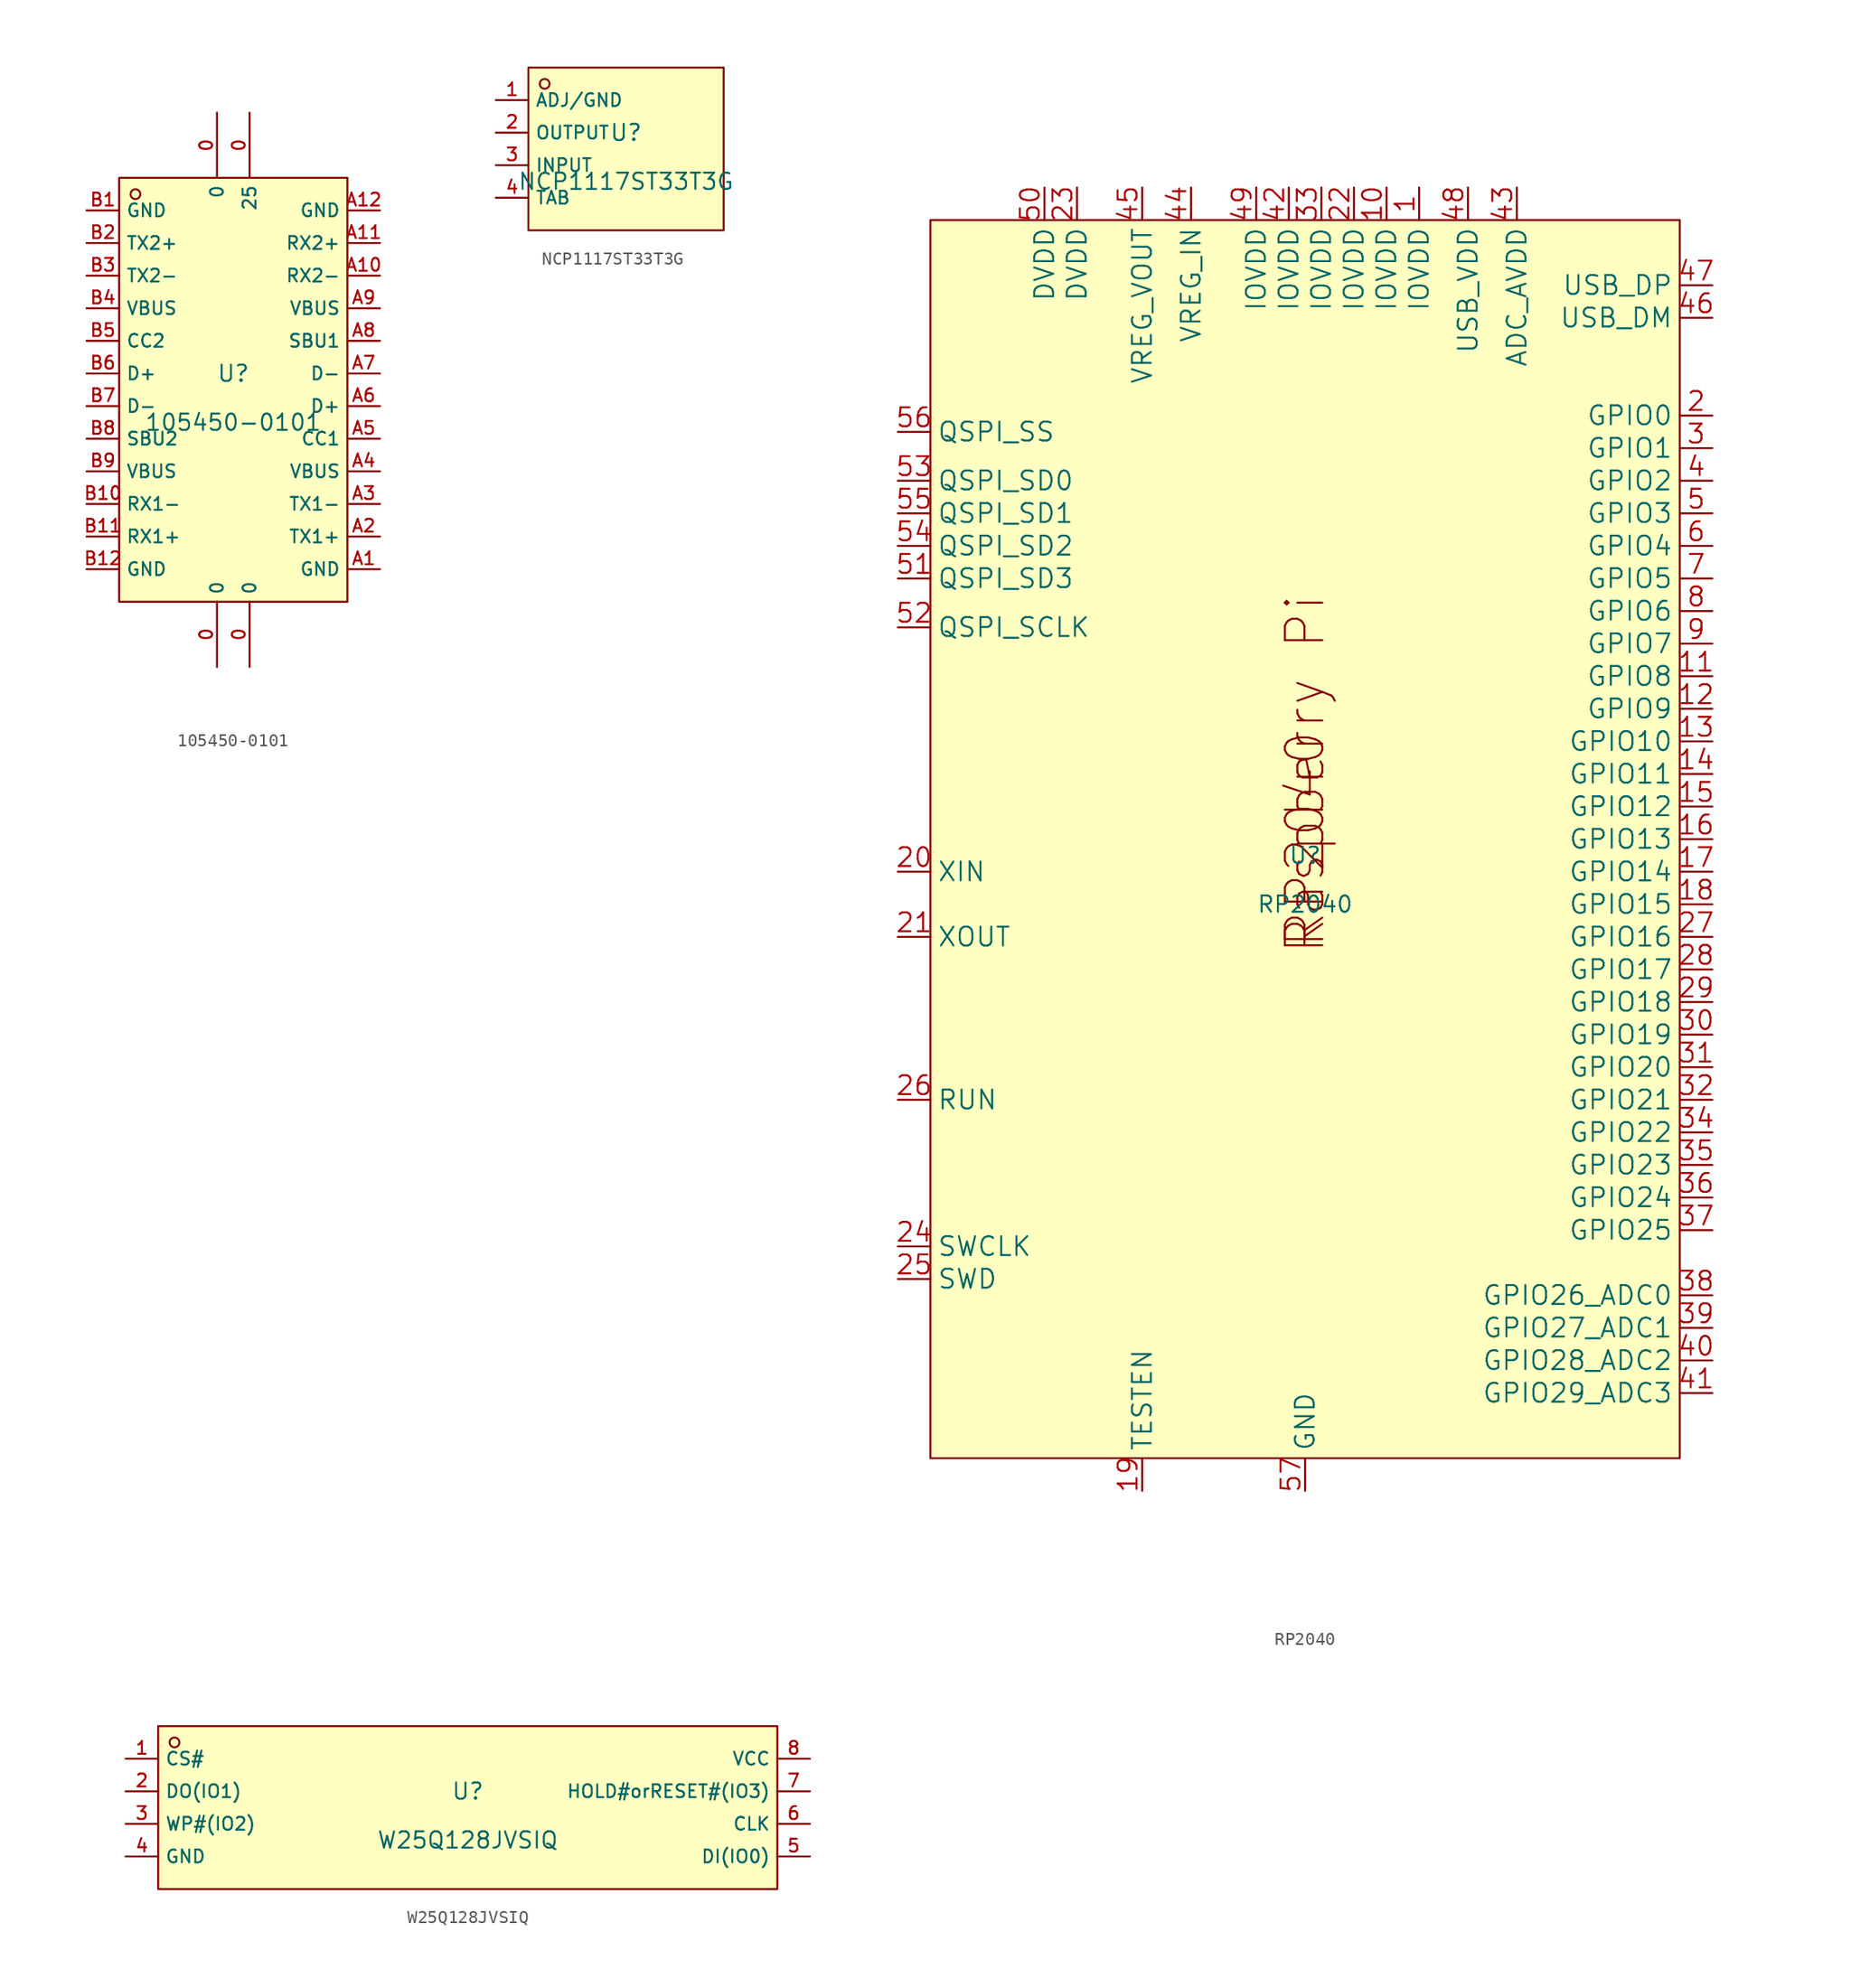
<source format=kicad_sym>
(kicad_symbol_lib
  (version 20210201)
  (generator TousstNicolas/JLC2KiCad_lib)
  (symbol "105450-0101"
    (property "Reference" "U"
      (at 0 1.27 0)
      (effects (font (size 1.27 1.27))))
    (property "Value" "105450-0101"
      (at 0 -2.54 0)
      (effects (font (size 1.27 1.27))))
    (symbol "105450-0101_0_1"
      (rectangle (start -8.89 16.51) (end 8.89 -16.51) (stroke (width 0) (type default) (color 0 0 0 0)) (fill (type background)))
      (circle (center -7.62 15.24) (radius 0.381) (stroke (width 0) (type default) (color 0 0 0 0)) (fill (type background)))
      (pin unspecified line (at -11.43 13.97 0) (length 2.54) (name "GND" (effects (font (size 1 1)))) (number "B1" (effects (font (size 1 1)))))
      (pin unspecified line (at -11.43 11.43 0) (length 2.54) (name "TX2+" (effects (font (size 1 1)))) (number "B2" (effects (font (size 1 1)))))
      (pin unspecified line (at -11.43 8.89 0) (length 2.54) (name "TX2-" (effects (font (size 1 1)))) (number "B3" (effects (font (size 1 1)))))
      (pin unspecified line (at -11.43 6.35 0) (length 2.54) (name "VBUS" (effects (font (size 1 1)))) (number "B4" (effects (font (size 1 1)))))
      (pin unspecified line (at -11.43 3.81 0) (length 2.54) (name "CC2" (effects (font (size 1 1)))) (number "B5" (effects (font (size 1 1)))))
      (pin unspecified line (at -11.43 1.27 0) (length 2.54) (name "D+" (effects (font (size 1 1)))) (number "B6" (effects (font (size 1 1)))))
      (pin unspecified line (at -11.43 -1.27 0) (length 2.54) (name "D-" (effects (font (size 1 1)))) (number "B7" (effects (font (size 1 1)))))
      (pin unspecified line (at -11.43 -3.81 0) (length 2.54) (name "SBU2" (effects (font (size 1 1)))) (number "B8" (effects (font (size 1 1)))))
      (pin unspecified line (at -11.43 -6.35 0) (length 2.54) (name "VBUS" (effects (font (size 1 1)))) (number "B9" (effects (font (size 1 1)))))
      (pin unspecified line (at -11.43 -8.89 0) (length 2.54) (name "RX1-" (effects (font (size 1 1)))) (number "B10" (effects (font (size 1 1)))))
      (pin unspecified line (at -11.43 -11.43 0) (length 2.54) (name "RX1+" (effects (font (size 1 1)))) (number "B11" (effects (font (size 1 1)))))
      (pin unspecified line (at -11.43 -13.97 0) (length 2.54) (name "GND" (effects (font (size 1 1)))) (number "B12" (effects (font (size 1 1)))))
      (pin unspecified line (at -1.27 21.59 270) (length 5.08) (name "0" (effects (font (size 1 1)))) (number "0" (effects (font (size 1 1)))))
      (pin unspecified line (at 1.27 21.59 270) (length 5.08) (name "25" (effects (font (size 1 1)))) (number "0" (effects (font (size 1 1)))))
      (pin unspecified line (at -1.27 -21.59 90) (length 5.08) (name "0" (effects (font (size 1 1)))) (number "0" (effects (font (size 1 1)))))
      (pin unspecified line (at 1.27 -21.59 90) (length 5.08) (name "0" (effects (font (size 1 1)))) (number "0" (effects (font (size 1 1)))))
      (pin unspecified line (at 11.43 -13.97 180) (length 2.54) (name "GND" (effects (font (size 1 1)))) (number "A1" (effects (font (size 1 1)))))
      (pin unspecified line (at 11.43 -11.43 180) (length 2.54) (name "TX1+" (effects (font (size 1 1)))) (number "A2" (effects (font (size 1 1)))))
      (pin unspecified line (at 11.43 -8.89 180) (length 2.54) (name "TX1-" (effects (font (size 1 1)))) (number "A3" (effects (font (size 1 1)))))
      (pin unspecified line (at 11.43 -6.35 180) (length 2.54) (name "VBUS" (effects (font (size 1 1)))) (number "A4" (effects (font (size 1 1)))))
      (pin unspecified line (at 11.43 -3.81 180) (length 2.54) (name "CC1" (effects (font (size 1 1)))) (number "A5" (effects (font (size 1 1)))))
      (pin unspecified line (at 11.43 -1.27 180) (length 2.54) (name "D+" (effects (font (size 1 1)))) (number "A6" (effects (font (size 1 1)))))
      (pin unspecified line (at 11.43 1.27 180) (length 2.54) (name "D-" (effects (font (size 1 1)))) (number "A7" (effects (font (size 1 1)))))
      (pin unspecified line (at 11.43 3.81 180) (length 2.54) (name "SBU1" (effects (font (size 1 1)))) (number "A8" (effects (font (size 1 1)))))
      (pin unspecified line (at 11.43 6.35 180) (length 2.54) (name "VBUS" (effects (font (size 1 1)))) (number "A9" (effects (font (size 1 1)))))
      (pin unspecified line (at 11.43 8.89 180) (length 2.54) (name "RX2-" (effects (font (size 1 1)))) (number "A10" (effects (font (size 1 1)))))
      (pin unspecified line (at 11.43 11.43 180) (length 2.54) (name "RX2+" (effects (font (size 1 1)))) (number "A11" (effects (font (size 1 1)))))
      (pin unspecified line (at 11.43 13.97 180) (length 2.54) (name "GND" (effects (font (size 1 1)))) (number "A12" (effects (font (size 1 1)))))))
  (symbol "NCP1117ST33T3G"
    (property "Reference" "U"
      (at 0 1.27 0)
      (effects (font (size 1.27 1.27))))
    (property "Value" "NCP1117ST33T3G"
      (at 0 -2.54 0)
      (effects (font (size 1.27 1.27))))
    (symbol "NCP1117ST33T3G_0_1"
      (rectangle (start -7.62 6.35) (end 7.62 -6.35) (stroke (width 0) (type default) (color 0 0 0 0)) (fill (type background)))
      (circle (center -6.35 5.08) (radius 0.381) (stroke (width 0) (type default) (color 0 0 0 0)) (fill (type background)))
      (pin unspecified line (at -10.16 3.81 0) (length 2.54) (name "ADJ/GND" (effects (font (size 1 1)))) (number "1" (effects (font (size 1 1)))))
      (pin unspecified line (at -10.16 1.27 0) (length 2.54) (name "OUTPUT" (effects (font (size 1 1)))) (number "2" (effects (font (size 1 1)))))
      (pin unspecified line (at -10.16 -1.27 0) (length 2.54) (name "INPUT" (effects (font (size 1 1)))) (number "3" (effects (font (size 1 1)))))
      (pin unspecified line (at -10.16 -3.81 0) (length 2.54) (name "TAB" (effects (font (size 1 1)))) (number "4" (effects (font (size 1 1)))))))
  (symbol "RP2040"
    (property "Reference" "U"
      (at 0 1.27 0)
      (effects (font (size 1.27 1.27))))
    (property "Value" "RP2040"
      (at 0 -2.54 0)
      (effects (font (size 1.27 1.27))))
    (symbol "RP2040_0_1"
      (pin bidirectional line (at 31.75 17.78 180) (length 2.54) (name "GPIO7" (effects (font (size 1.473 1.473)))) (number "9" (effects (font (size 1.473 1.473)))))
      (pin bidirectional line (at 31.75 20.32 180) (length 2.54) (name "GPIO6" (effects (font (size 1.473 1.473)))) (number "8" (effects (font (size 1.473 1.473)))))
      (pin bidirectional line (at 31.75 22.86 180) (length 2.54) (name "GPIO5" (effects (font (size 1.473 1.473)))) (number "7" (effects (font (size 1.473 1.473)))))
      (pin bidirectional line (at 31.75 25.4 180) (length 2.54) (name "GPIO4" (effects (font (size 1.473 1.473)))) (number "6" (effects (font (size 1.473 1.473)))))
      (pin bidirectional line (at 0.0 -48.26 90) (length 2.54) (name "GND" (effects (font (size 1.473 1.473)))) (number "57" (effects (font (size 1.473 1.473)))))
      (pin bidirectional line (at -31.75 34.29 0) (length 2.54) (name "QSPI_SS" (effects (font (size 1.473 1.473)))) (number "56" (effects (font (size 1.473 1.473)))))
      (pin bidirectional line (at -31.75 27.94 0) (length 2.54) (name "QSPI_SD1" (effects (font (size 1.473 1.473)))) (number "55" (effects (font (size 1.473 1.473)))))
      (pin bidirectional line (at -31.75 25.4 0) (length 2.54) (name "QSPI_SD2" (effects (font (size 1.473 1.473)))) (number "54" (effects (font (size 1.473 1.473)))))
      (pin bidirectional line (at -31.75 30.48 0) (length 2.54) (name "QSPI_SD0" (effects (font (size 1.473 1.473)))) (number "53" (effects (font (size 1.473 1.473)))))
      (pin output line (at -31.75 19.05 0) (length 2.54) (name "QSPI_SCLK" (effects (font (size 1.473 1.473)))) (number "52" (effects (font (size 1.473 1.473)))))
      (pin bidirectional line (at -31.75 22.86 0) (length 2.54) (name "QSPI_SD3" (effects (font (size 1.473 1.473)))) (number "51" (effects (font (size 1.473 1.473)))))
      (pin bidirectional line (at -20.32 53.34 270) (length 2.54) (name "DVDD" (effects (font (size 1.473 1.473)))) (number "50" (effects (font (size 1.473 1.473)))))
      (pin bidirectional line (at 31.75 27.94 180) (length 2.54) (name "GPIO3" (effects (font (size 1.473 1.473)))) (number "5" (effects (font (size 1.473 1.473)))))
      (pin bidirectional line (at -3.81 53.34 270) (length 2.54) (name "IOVDD" (effects (font (size 1.473 1.473)))) (number "49" (effects (font (size 1.473 1.473)))))
      (pin bidirectional line (at 12.7 53.34 270) (length 2.54) (name "USB_VDD" (effects (font (size 1.473 1.473)))) (number "48" (effects (font (size 1.473 1.473)))))
      (pin bidirectional line (at 31.75 45.72 180) (length 2.54) (name "USB_DP" (effects (font (size 1.473 1.473)))) (number "47" (effects (font (size 1.473 1.473)))))
      (pin bidirectional line (at 31.75 43.18 180) (length 2.54) (name "USB_DM" (effects (font (size 1.473 1.473)))) (number "46" (effects (font (size 1.473 1.473)))))
      (pin bidirectional line (at -12.7 53.34 270) (length 2.54) (name "VREG_VOUT" (effects (font (size 1.473 1.473)))) (number "45" (effects (font (size 1.473 1.473)))))
      (pin bidirectional line (at -8.89 53.34 270) (length 2.54) (name "VREG_IN" (effects (font (size 1.473 1.473)))) (number "44" (effects (font (size 1.473 1.473)))))
      (pin bidirectional line (at 16.51 53.34 270) (length 2.54) (name "ADC_AVDD" (effects (font (size 1.473 1.473)))) (number "43" (effects (font (size 1.473 1.473)))))
      (pin bidirectional line (at -1.27 53.34 270) (length 2.54) (name "IOVDD" (effects (font (size 1.473 1.473)))) (number "42" (effects (font (size 1.473 1.473)))))
      (pin bidirectional line (at 31.75 -40.64 180) (length 2.54) (name "GPIO29_ADC3" (effects (font (size 1.473 1.473)))) (number "41" (effects (font (size 1.473 1.473)))))
      (pin bidirectional line (at 31.75 -38.1 180) (length 2.54) (name "GPIO28_ADC2" (effects (font (size 1.473 1.473)))) (number "40" (effects (font (size 1.473 1.473)))))
      (pin bidirectional line (at 31.75 30.48 180) (length 2.54) (name "GPIO2" (effects (font (size 1.473 1.473)))) (number "4" (effects (font (size 1.473 1.473)))))
      (pin bidirectional line (at 31.75 -35.56 180) (length 2.54) (name "GPIO27_ADC1" (effects (font (size 1.473 1.473)))) (number "39" (effects (font (size 1.473 1.473)))))
      (pin bidirectional line (at 31.75 -33.02 180) (length 2.54) (name "GPIO26_ADC0" (effects (font (size 1.473 1.473)))) (number "38" (effects (font (size 1.473 1.473)))))
      (pin bidirectional line (at 31.75 -27.94 180) (length 2.54) (name "GPIO25" (effects (font (size 1.473 1.473)))) (number "37" (effects (font (size 1.473 1.473)))))
      (pin bidirectional line (at 31.75 -25.4 180) (length 2.54) (name "GPIO24" (effects (font (size 1.473 1.473)))) (number "36" (effects (font (size 1.473 1.473)))))
      (pin bidirectional line (at 31.75 -22.86 180) (length 2.54) (name "GPIO23" (effects (font (size 1.473 1.473)))) (number "35" (effects (font (size 1.473 1.473)))))
      (pin bidirectional line (at 31.75 -20.32 180) (length 2.54) (name "GPIO22" (effects (font (size 1.473 1.473)))) (number "34" (effects (font (size 1.473 1.473)))))
      (pin bidirectional line (at 1.27 53.34 270) (length 2.54) (name "IOVDD" (effects (font (size 1.473 1.473)))) (number "33" (effects (font (size 1.473 1.473)))))
      (pin bidirectional line (at 31.75 -17.78 180) (length 2.54) (name "GPIO21" (effects (font (size 1.473 1.473)))) (number "32" (effects (font (size 1.473 1.473)))))
      (pin bidirectional line (at 31.75 -15.24 180) (length 2.54) (name "GPIO20" (effects (font (size 1.473 1.473)))) (number "31" (effects (font (size 1.473 1.473)))))
      (pin bidirectional line (at 31.75 -12.7 180) (length 2.54) (name "GPIO19" (effects (font (size 1.473 1.473)))) (number "30" (effects (font (size 1.473 1.473)))))
      (pin bidirectional line (at 31.75 33.02 180) (length 2.54) (name "GPIO1" (effects (font (size 1.473 1.473)))) (number "3" (effects (font (size 1.473 1.473)))))
      (pin bidirectional line (at 31.75 -10.16 180) (length 2.54) (name "GPIO18" (effects (font (size 1.473 1.473)))) (number "29" (effects (font (size 1.473 1.473)))))
      (pin bidirectional line (at 31.75 -7.62 180) (length 2.54) (name "GPIO17" (effects (font (size 1.473 1.473)))) (number "28" (effects (font (size 1.473 1.473)))))
      (pin bidirectional line (at 31.75 -5.08 180) (length 2.54) (name "GPIO16" (effects (font (size 1.473 1.473)))) (number "27" (effects (font (size 1.473 1.473)))))
      (pin input line (at -31.75 -17.78 0) (length 2.54) (name "RUN" (effects (font (size 1.473 1.473)))) (number "26" (effects (font (size 1.473 1.473)))))
      (pin bidirectional line (at -31.75 -31.75 0) (length 2.54) (name "SWD" (effects (font (size 1.473 1.473)))) (number "25" (effects (font (size 1.473 1.473)))))
      (pin output line (at -31.75 -29.21 0) (length 2.54) (name "SWCLK" (effects (font (size 1.473 1.473)))) (number "24" (effects (font (size 1.473 1.473)))))
      (pin bidirectional line (at -17.78 53.34 270) (length 2.54) (name "DVDD" (effects (font (size 1.473 1.473)))) (number "23" (effects (font (size 1.473 1.473)))))
      (pin bidirectional line (at 3.81 53.34 270) (length 2.54) (name "IOVDD" (effects (font (size 1.473 1.473)))) (number "22" (effects (font (size 1.473 1.473)))))
      (pin unspecified line (at -31.75 -5.08 0) (length 2.54) (name "XOUT" (effects (font (size 1.473 1.473)))) (number "21" (effects (font (size 1.473 1.473)))))
      (pin input line (at -31.75 -0.0 0) (length 2.54) (name "XIN" (effects (font (size 1.473 1.473)))) (number "20" (effects (font (size 1.473 1.473)))))
      (pin bidirectional line (at 31.75 35.56 180) (length 2.54) (name "GPIO0" (effects (font (size 1.473 1.473)))) (number "2" (effects (font (size 1.473 1.473)))))
      (pin unspecified line (at -12.7 -48.26 90) (length 2.54) (name "TESTEN" (effects (font (size 1.473 1.473)))) (number "19" (effects (font (size 1.473 1.473)))))
      (pin bidirectional line (at 31.75 -2.54 180) (length 2.54) (name "GPIO15" (effects (font (size 1.473 1.473)))) (number "18" (effects (font (size 1.473 1.473)))))
      (pin bidirectional line (at 31.75 -0.0 180) (length 2.54) (name "GPIO14" (effects (font (size 1.473 1.473)))) (number "17" (effects (font (size 1.473 1.473)))))
      (pin bidirectional line (at 31.75 2.54 180) (length 2.54) (name "GPIO13" (effects (font (size 1.473 1.473)))) (number "16" (effects (font (size 1.473 1.473)))))
      (pin bidirectional line (at 31.75 5.08 180) (length 2.54) (name "GPIO12" (effects (font (size 1.473 1.473)))) (number "15" (effects (font (size 1.473 1.473)))))
      (pin bidirectional line (at 31.75 7.62 180) (length 2.54) (name "GPIO11" (effects (font (size 1.473 1.473)))) (number "14" (effects (font (size 1.473 1.473)))))
      (pin bidirectional line (at 31.75 10.16 180) (length 2.54) (name "GPIO10" (effects (font (size 1.473 1.473)))) (number "13" (effects (font (size 1.473 1.473)))))
      (pin bidirectional line (at 31.75 12.7 180) (length 2.54) (name "GPIO9" (effects (font (size 1.473 1.473)))) (number "12" (effects (font (size 1.473 1.473)))))
      (pin bidirectional line (at 31.75 15.24 180) (length 2.54) (name "GPIO8" (effects (font (size 1.473 1.473)))) (number "11" (effects (font (size 1.473 1.473)))))
      (pin bidirectional line (at 6.35 53.34 270) (length 2.54) (name "IOVDD" (effects (font (size 1.473 1.473)))) (number "10" (effects (font (size 1.473 1.473)))))
      (pin bidirectional line (at 8.89 53.34 270) (length 2.54) (name "IOVDD" (effects (font (size 1.473 1.473)))) (number "1" (effects (font (size 1.473 1.473)))))
      (text "RP2040" (at 0.0 2.54 1800.0) (effects (font (size 2.921 2.921))))
      (text "Raspberry Pi" (at 0.0 7.62 1800.0) (effects (font (size 2.921 2.921))))
      (rectangle (start -29.21 50.8) (end 29.21 -45.72) (stroke (width 0) (type default) (color 0 0 0 0)) (fill (type background)))))
  (symbol "W25Q128JVSIQ"
    (property "Reference" "U"
      (at 0 1.27 0)
      (effects (font (size 1.27 1.27))))
    (property "Value" "W25Q128JVSIQ"
      (at 0 -2.54 0)
      (effects (font (size 1.27 1.27))))
    (symbol "W25Q128JVSIQ_0_1"
      (rectangle (start -24.13 6.35) (end 24.13 -6.35) (stroke (width 0) (type default) (color 0 0 0 0)) (fill (type background)))
      (circle (center -22.86 5.08) (radius 0.381) (stroke (width 0) (type default) (color 0 0 0 0)) (fill (type background)))
      (pin unspecified line (at -26.67 3.81 0) (length 2.54) (name "CS#" (effects (font (size 1 1)))) (number "1" (effects (font (size 1 1)))))
      (pin unspecified line (at -26.67 1.27 0) (length 2.54) (name "DO(IO1)" (effects (font (size 1 1)))) (number "2" (effects (font (size 1 1)))))
      (pin unspecified line (at -26.67 -1.27 0) (length 2.54) (name "WP#(IO2)" (effects (font (size 1 1)))) (number "3" (effects (font (size 1 1)))))
      (pin unspecified line (at -26.67 -3.81 0) (length 2.54) (name "GND" (effects (font (size 1 1)))) (number "4" (effects (font (size 1 1)))))
      (pin unspecified line (at 26.67 -3.81 180) (length 2.54) (name "DI(IO0)" (effects (font (size 1 1)))) (number "5" (effects (font (size 1 1)))))
      (pin unspecified line (at 26.67 -1.27 180) (length 2.54) (name "CLK" (effects (font (size 1 1)))) (number "6" (effects (font (size 1 1)))))
      (pin unspecified line (at 26.67 1.27 180) (length 2.54) (name "HOLD#orRESET#(IO3)" (effects (font (size 1 1)))) (number "7" (effects (font (size 1 1)))))
      (pin unspecified line (at 26.67 3.81 180) (length 2.54) (name "VCC" (effects (font (size 1 1)))) (number "8" (effects (font (size 1 1))))))))
</source>
